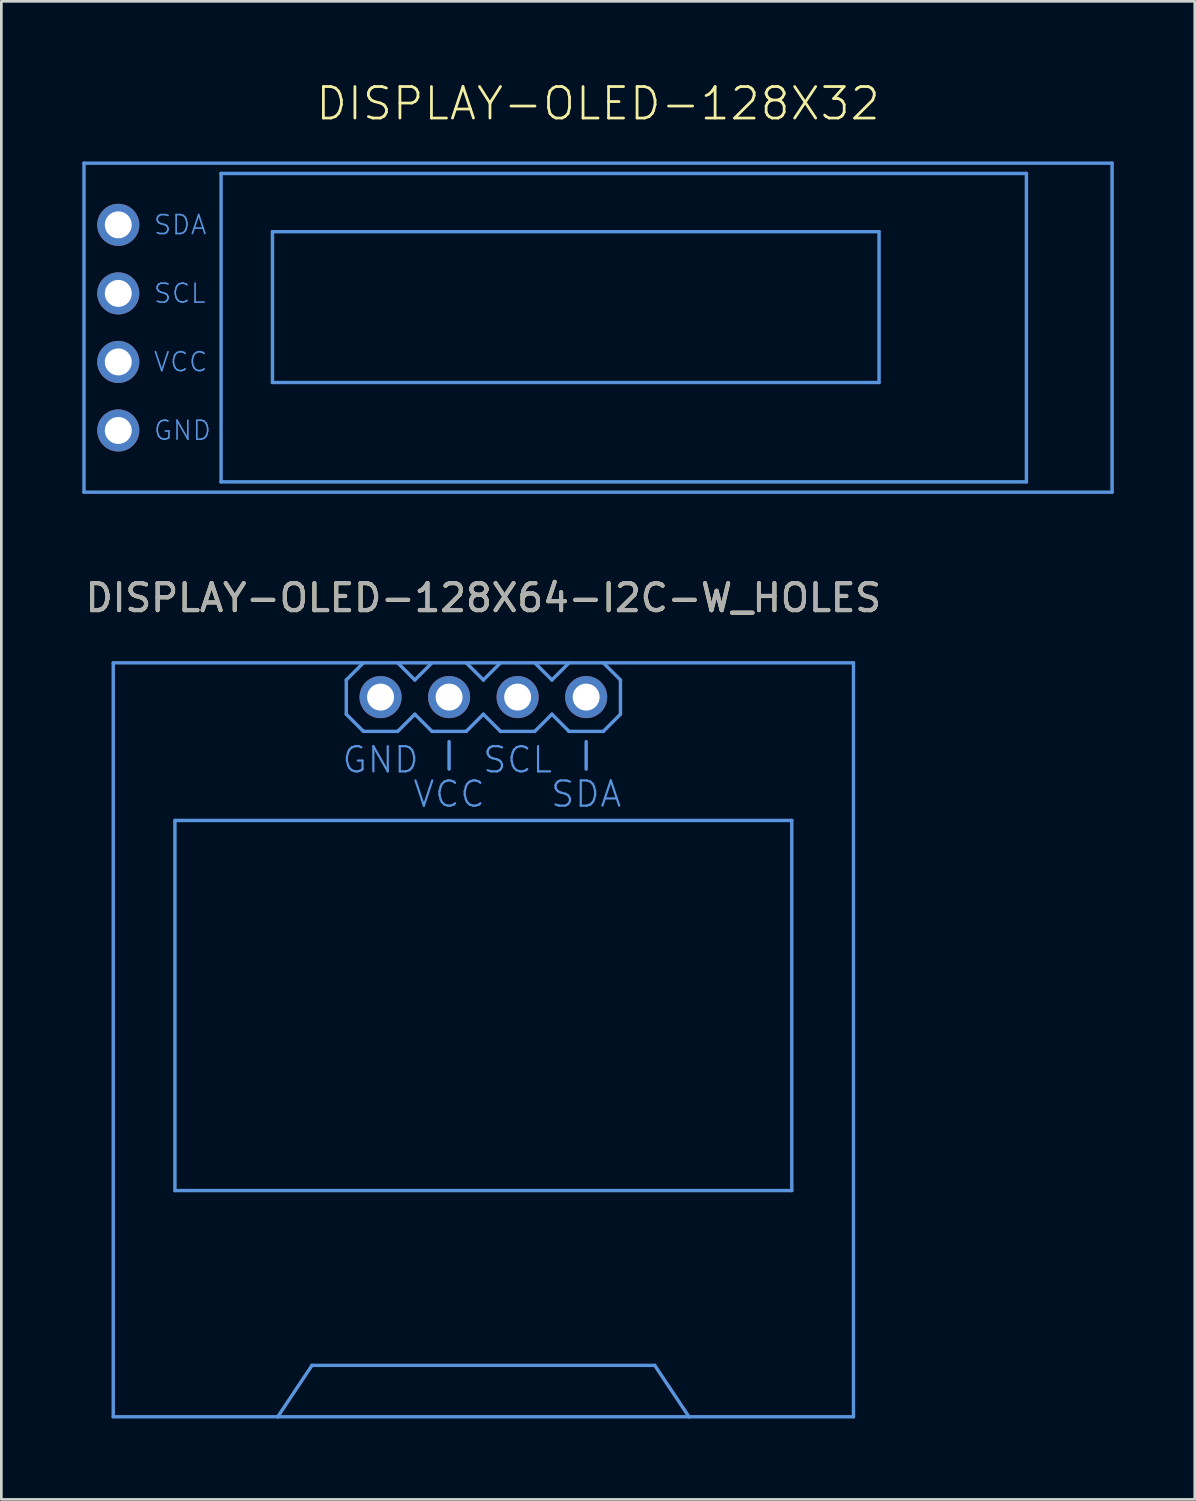
<source format=kicad_pcb>
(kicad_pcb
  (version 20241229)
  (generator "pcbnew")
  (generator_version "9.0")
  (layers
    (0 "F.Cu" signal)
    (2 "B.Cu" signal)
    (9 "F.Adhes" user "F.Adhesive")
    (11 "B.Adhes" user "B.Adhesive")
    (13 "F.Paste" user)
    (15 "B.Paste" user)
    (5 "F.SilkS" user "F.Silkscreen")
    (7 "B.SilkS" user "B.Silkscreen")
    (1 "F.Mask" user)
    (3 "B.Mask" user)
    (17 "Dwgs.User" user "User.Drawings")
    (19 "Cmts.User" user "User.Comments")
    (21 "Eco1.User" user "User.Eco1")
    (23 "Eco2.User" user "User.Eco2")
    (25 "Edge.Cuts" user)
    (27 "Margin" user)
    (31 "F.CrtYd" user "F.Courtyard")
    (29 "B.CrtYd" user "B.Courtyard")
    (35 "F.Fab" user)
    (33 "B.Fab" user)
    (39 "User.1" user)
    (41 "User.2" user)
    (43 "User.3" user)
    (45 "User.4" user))
  (footprint "DISPLAY-OLED-128X32"
    (layer "F.Cu")
    (at 19.113 9.093)
    (property "Reference" "DISPLAY-OLED-128X32" (at 0 -7.62 0) (layer "F.SilkS") (effects (font (size 1.168 1.168) (thickness 0.102)) (justify bottom)))
    (fp_line (start -19.05 -6.096) (end 19.05 -6.096) (stroke (width 0.127) (type solid)) (layer "Cmts.User"))
    (fp_line (start -19.05 6.096) (end -19.05 -6.096) (stroke (width 0.127) (type solid)) (layer "Cmts.User"))
    (fp_line (start -13.97 -5.715) (end 15.875 -5.715) (stroke (width 0.127) (type solid)) (layer "Cmts.User"))
    (fp_line (start -13.97 5.715) (end -13.97 -5.715) (stroke (width 0.127) (type solid)) (layer "Cmts.User"))
    (fp_line (start -12.065 -3.556) (end 10.414 -3.556) (stroke (width 0.127) (type solid)) (layer "Cmts.User"))
    (fp_line (start -12.065 2.032) (end -12.065 -3.556) (stroke (width 0.127) (type solid)) (layer "Cmts.User"))
    (fp_line (start 10.414 -3.556) (end 10.414 2.032) (stroke (width 0.127) (type solid)) (layer "Cmts.User"))
    (fp_line (start 10.414 2.032) (end -12.065 2.032) (stroke (width 0.127) (type solid)) (layer "Cmts.User"))
    (fp_line (start 15.875 -5.715) (end 15.875 5.715) (stroke (width 0.127) (type solid)) (layer "Cmts.User"))
    (fp_line (start 15.875 5.715) (end -13.97 5.715) (stroke (width 0.127) (type solid)) (layer "Cmts.User"))
    (fp_line (start 19.05 -6.096) (end 19.05 6.096) (stroke (width 0.127) (type solid)) (layer "Cmts.User"))
    (fp_line (start 19.05 6.096) (end -19.05 6.096) (stroke (width 0.127) (type solid)) (layer "Cmts.User"))
    (fp_text user "SCL" (at -16.51 -1.27 0) (layer "Cmts.User") (effects (font (size 0.701 0.701) (thickness 0.061)) (justify left)))
    (fp_text user "GND" (at -16.51 3.81 0) (layer "Cmts.User") (effects (font (size 0.701 0.701) (thickness 0.061)) (justify left)))
    (fp_text user "VCC" (at -16.51 1.27 0) (layer "Cmts.User") (effects (font (size 0.701 0.701) (thickness 0.061)) (justify left)))
    (fp_text user "SDA" (at -16.51 -3.81 0) (layer "Cmts.User") (effects (font (size 0.701 0.701) (thickness 0.061)) (justify left)))
    (pad "1" thru_hole circle (at -17.78 3.81) (size 1.56 1.56) (drill 1) (layers "*.Cu" "*.Mask"))
    (pad "2" thru_hole circle (at -17.78 1.27) (size 1.56 1.56) (drill 1) (layers "*.Cu" "*.Mask"))
    (pad "3" thru_hole circle (at -17.78 -1.27) (size 1.56 1.56) (drill 1) (layers "*.Cu" "*.Mask"))
    (pad "4" thru_hole circle (at -17.78 -3.81) (size 1.56 1.56) (drill 1) (layers "*.Cu" "*.Mask")))
  (footprint "DISPLAY-OLED-128X64-I2C-W_HOLES"
    (layer "F.Cu")
    (at 14.863 21.514)
    (property "Reference" "DISPLAY-OLED-128X64-I2C-W_HOLES" (at 0 -2.405 0) (unlocked yes) (layer "F.SilkS") (effects (font (size 1 1) (thickness 0.15))))
    (attr smd)
    (fp_line (start -13.716 0) (end 13.716 0) (stroke (width 0.127) (type solid)) (layer "Cmts.User"))
    (fp_line (start -13.716 27.94) (end -13.716 0) (stroke (width 0.127) (type solid)) (layer "Cmts.User"))
    (fp_line (start -11.43 5.842) (end 11.43 5.842) (stroke (width 0.127) (type solid)) (layer "Cmts.User"))
    (fp_line (start -11.43 19.558) (end -11.43 5.842) (stroke (width 0.127) (type solid)) (layer "Cmts.User"))
    (fp_line (start -7.62 27.94) (end -13.716 27.94) (stroke (width 0.127) (type solid)) (layer "Cmts.User"))
    (fp_line (start -7.62 27.94) (end -6.35 26.035) (stroke (width 0.127) (type solid)) (layer "Cmts.User"))
    (fp_line (start -6.35 26.035) (end 6.35 26.035) (stroke (width 0.127) (type solid)) (layer "Cmts.User"))
    (fp_line (start -5.08 0.635) (end -4.445 0) (stroke (width 0.127) (type solid)) (layer "Cmts.User"))
    (fp_line (start -5.08 1.905) (end -5.08 0.635) (stroke (width 0.127) (type solid)) (layer "Cmts.User"))
    (fp_line (start -4.445 2.54) (end -5.08 1.905) (stroke (width 0.127) (type solid)) (layer "Cmts.User"))
    (fp_line (start -3.175 0) (end -2.54 0.635) (stroke (width 0.127) (type solid)) (layer "Cmts.User"))
    (fp_line (start -3.175 2.54) (end -4.445 2.54) (stroke (width 0.127) (type solid)) (layer "Cmts.User"))
    (fp_line (start -2.54 0.635) (end -1.905 0) (stroke (width 0.127) (type solid)) (layer "Cmts.User"))
    (fp_line (start -2.54 1.905) (end -3.175 2.54) (stroke (width 0.127) (type solid)) (layer "Cmts.User"))
    (fp_line (start -1.905 2.54) (end -2.54 1.905) (stroke (width 0.127) (type solid)) (layer "Cmts.User"))
    (fp_line (start -1.27 3.937) (end -1.27 2.921) (stroke (width 0.127) (type solid)) (layer "Cmts.User"))
    (fp_line (start -0.635 0) (end 0 0.635) (stroke (width 0.127) (type solid)) (layer "Cmts.User"))
    (fp_line (start -0.635 2.54) (end -1.905 2.54) (stroke (width 0.127) (type solid)) (layer "Cmts.User"))
    (fp_line (start 0 0.635) (end 0.635 0) (stroke (width 0.127) (type solid)) (layer "Cmts.User"))
    (fp_line (start 0 1.905) (end -0.635 2.54) (stroke (width 0.127) (type solid)) (layer "Cmts.User"))
    (fp_line (start 0.635 2.54) (end 0 1.905) (stroke (width 0.127) (type solid)) (layer "Cmts.User"))
    (fp_line (start 1.905 0) (end 2.54 0.635) (stroke (width 0.127) (type solid)) (layer "Cmts.User"))
    (fp_line (start 1.905 2.54) (end 0.635 2.54) (stroke (width 0.127) (type solid)) (layer "Cmts.User"))
    (fp_line (start 2.54 0.635) (end 3.175 0) (stroke (width 0.127) (type solid)) (layer "Cmts.User"))
    (fp_line (start 2.54 1.905) (end 1.905 2.54) (stroke (width 0.127) (type solid)) (layer "Cmts.User"))
    (fp_line (start 3.175 2.54) (end 2.54 1.905) (stroke (width 0.127) (type solid)) (layer "Cmts.User"))
    (fp_line (start 3.81 3.937) (end 3.81 2.921) (stroke (width 0.127) (type solid)) (layer "Cmts.User"))
    (fp_line (start 4.445 0) (end 5.08 0.635) (stroke (width 0.127) (type solid)) (layer "Cmts.User"))
    (fp_line (start 4.445 2.54) (end 3.175 2.54) (stroke (width 0.127) (type solid)) (layer "Cmts.User"))
    (fp_line (start 5.08 0.635) (end 5.08 1.905) (stroke (width 0.127) (type solid)) (layer "Cmts.User"))
    (fp_line (start 5.08 1.905) (end 4.445 2.54) (stroke (width 0.127) (type solid)) (layer "Cmts.User"))
    (fp_line (start 6.35 26.035) (end 7.62 27.94) (stroke (width 0.127) (type solid)) (layer "Cmts.User"))
    (fp_line (start 7.62 27.94) (end -7.62 27.94) (stroke (width 0.127) (type solid)) (layer "Cmts.User"))
    (fp_line (start 11.43 5.842) (end 11.43 19.558) (stroke (width 0.127) (type solid)) (layer "Cmts.User"))
    (fp_line (start 11.43 19.558) (end -11.43 19.558) (stroke (width 0.127) (type solid)) (layer "Cmts.User"))
    (fp_line (start 13.716 0) (end 13.716 27.94) (stroke (width 0.127) (type solid)) (layer "Cmts.User"))
    (fp_line (start 13.716 27.94) (end 7.62 27.94) (stroke (width 0.127) (type solid)) (layer "Cmts.User"))
    (fp_text user "GND" (at -3.81 3.048 0) (layer "Cmts.User") (effects (font (size 0.935 0.935) (thickness 0.081)) (justify top)))
    (fp_text user "SCL" (at 1.27 3.048 0) (layer "Cmts.User") (effects (font (size 0.935 0.935) (thickness 0.081)) (justify top)))
    (fp_text user "VCC" (at -1.27 4.318 0) (layer "Cmts.User") (effects (font (size 0.935 0.935) (thickness 0.081)) (justify top)))
    (fp_text user "SDA" (at 3.81 4.318 0) (layer "Cmts.User") (effects (font (size 0.935 0.935) (thickness 0.081)) (justify top)))
    (fp_text user "${REFERENCE}" (at 0 -2.413 0) (unlocked yes) (layer "F.Fab") (effects (font (size 1 1) (thickness 0.15))))
    (pad "1" thru_hole circle (at -3.81 1.27) (size 1.56 1.56) (drill 1) (layers "*.Cu" "*.Mask"))
    (pad "2" thru_hole circle (at -1.27 1.27) (size 1.56 1.56) (drill 1) (layers "*.Cu" "*.Mask"))
    (pad "3" thru_hole circle (at 1.27 1.27) (size 1.56 1.56) (drill 1) (layers "*.Cu" "*.Mask"))
    (pad "4" thru_hole circle (at 3.81 1.27) (size 1.56 1.56) (drill 1) (layers "*.Cu" "*.Mask")))
  (gr_rect
    (start -3 -3)
    (end 41.227 52.517)
    (stroke (width 0.1) (type default))
    (fill no)
    (layer "Edge.Cuts")))
</source>
